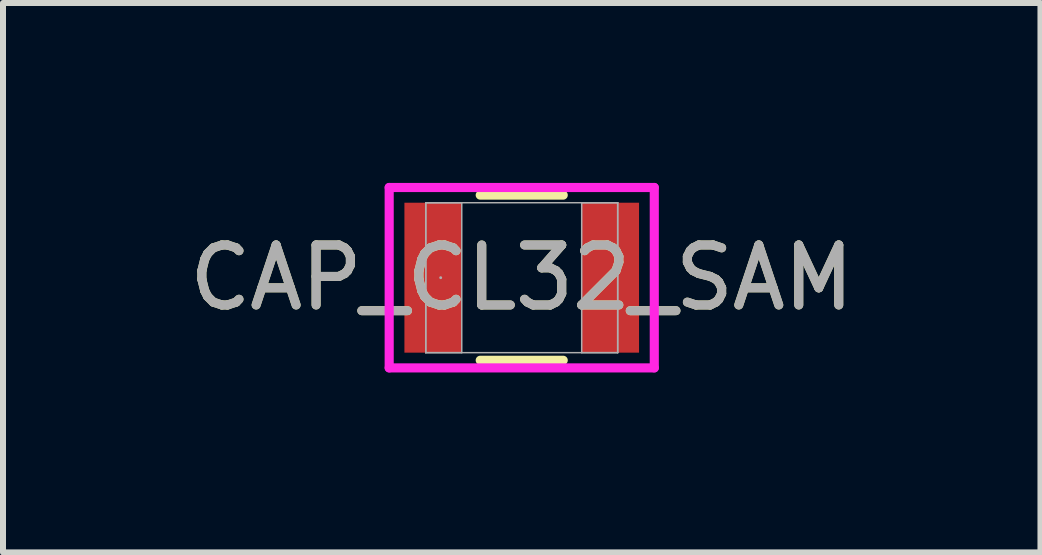
<source format=kicad_pcb>
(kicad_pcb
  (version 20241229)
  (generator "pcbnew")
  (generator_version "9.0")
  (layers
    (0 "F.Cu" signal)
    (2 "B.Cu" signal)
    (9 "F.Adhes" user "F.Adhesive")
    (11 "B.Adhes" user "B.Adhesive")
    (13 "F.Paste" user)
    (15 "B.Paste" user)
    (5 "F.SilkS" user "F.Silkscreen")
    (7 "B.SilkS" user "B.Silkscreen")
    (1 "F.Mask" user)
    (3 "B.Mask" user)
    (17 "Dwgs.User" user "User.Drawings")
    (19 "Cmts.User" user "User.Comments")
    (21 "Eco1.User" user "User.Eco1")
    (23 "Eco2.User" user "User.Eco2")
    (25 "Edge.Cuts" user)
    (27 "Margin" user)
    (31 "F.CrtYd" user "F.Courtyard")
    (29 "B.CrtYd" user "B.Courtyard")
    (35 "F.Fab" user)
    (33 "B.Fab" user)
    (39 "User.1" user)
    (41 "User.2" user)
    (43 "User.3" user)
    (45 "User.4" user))
  (footprint "CAP_CL32_SAM"
    (layer "F.Cu")
    (at 5.649 1.58)
    (property "Reference" "CAP_CL32_SAM" (at 0 0 0) (unlocked yes) (layer "F.SilkS") (effects (font (size 1 1) (thickness 0.15))))
    (attr smd)
    (fp_line (start -0.692 1.377) (end 0.692 1.377) (stroke (width 0.152) (type solid)) (layer "F.SilkS"))
    (fp_line (start 0.692 -1.377) (end -0.692 -1.377) (stroke (width 0.152) (type solid)) (layer "F.SilkS"))
    (fp_line (start -2.21 -1.504) (end 2.21 -1.504) (stroke (width 0.152) (type solid)) (layer "F.CrtYd"))
    (fp_line (start -2.21 1.504) (end -2.21 -1.504) (stroke (width 0.152) (type solid)) (layer "F.CrtYd"))
    (fp_line (start 2.21 -1.504) (end 2.21 1.504) (stroke (width 0.152) (type solid)) (layer "F.CrtYd"))
    (fp_line (start 2.21 1.504) (end -2.21 1.504) (stroke (width 0.152) (type solid)) (layer "F.CrtYd"))
    (fp_line (start -1.6 -1.25) (end -1.6 1.25) (stroke (width 0.025) (type solid)) (layer "F.Fab"))
    (fp_line (start -1.6 -1.25) (end -1.6 1.25) (stroke (width 0.025) (type solid)) (layer "F.Fab"))
    (fp_line (start -1.6 1.25) (end -1 1.25) (stroke (width 0.025) (type solid)) (layer "F.Fab"))
    (fp_line (start -1.6 1.25) (end 1.6 1.25) (stroke (width 0.025) (type solid)) (layer "F.Fab"))
    (fp_line (start -1 -1.25) (end -1.6 -1.25) (stroke (width 0.025) (type solid)) (layer "F.Fab"))
    (fp_line (start -1 1.25) (end -1 -1.25) (stroke (width 0.025) (type solid)) (layer "F.Fab"))
    (fp_line (start 1 -1.25) (end 1 1.25) (stroke (width 0.025) (type solid)) (layer "F.Fab"))
    (fp_line (start 1 1.25) (end 1.6 1.25) (stroke (width 0.025) (type solid)) (layer "F.Fab"))
    (fp_line (start 1.6 -1.25) (end -1.6 -1.25) (stroke (width 0.025) (type solid)) (layer "F.Fab"))
    (fp_line (start 1.6 -1.25) (end 1 -1.25) (stroke (width 0.025) (type solid)) (layer "F.Fab"))
    (fp_line (start 1.6 1.25) (end 1.6 -1.25) (stroke (width 0.025) (type solid)) (layer "F.Fab"))
    (fp_line (start 1.6 1.25) (end 1.6 -1.25) (stroke (width 0.025) (type solid)) (layer "F.Fab"))
    (fp_circle (center -1.351 0) (end -1.351 0) (stroke (width 0.025) (type solid)) (fill no) (layer "F.Fab"))
    (fp_text user "${REFERENCE}" (at 0 0 0) (unlocked yes) (layer "F.Fab") (effects (font (size 1 1) (thickness 0.15))))
    (pad "1" smd rect (at -1.478 0) (size 0.956 2.5) (layers "F.Cu" "F.Mask" "F.Paste"))
    (pad "2" smd rect (at 1.478 0) (size 0.956 2.5) (layers "F.Cu" "F.Mask" "F.Paste"))
    (zone (net_name "") (layer "F.Cu") (hatch full 0.508) (connect_pads) (min_thickness 0.254) (filled_areas_thickness no) (keepout (tracks not_allowed) (vias not_allowed) (pads allowed) (copperpour not_allowed) (footprints allowed)) (placement (enabled no)) (fill) (polygon (pts (xy 4.7 0.381) (xy 6.598 0.381) (xy 6.598 2.779) (xy 4.7 2.779)))))
  (gr_rect
    (start -3 -3)
    (end 14.298 6.16)
    (stroke (width 0.1) (type default))
    (fill no)
    (layer "Edge.Cuts")))
</source>
